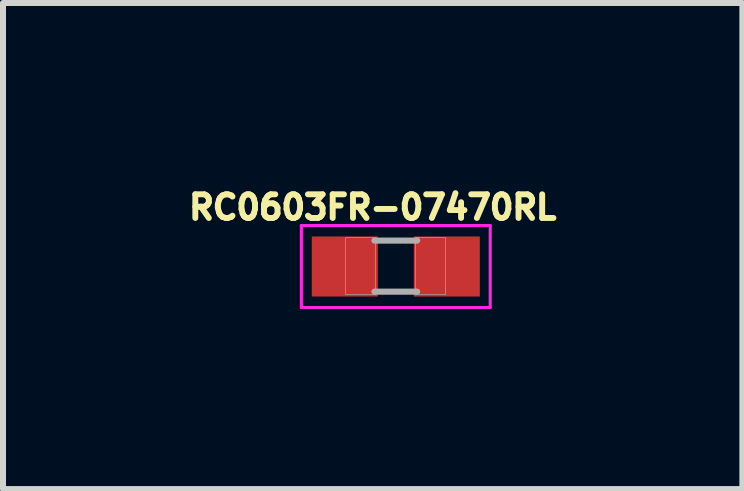
<source format=kicad_pcb>
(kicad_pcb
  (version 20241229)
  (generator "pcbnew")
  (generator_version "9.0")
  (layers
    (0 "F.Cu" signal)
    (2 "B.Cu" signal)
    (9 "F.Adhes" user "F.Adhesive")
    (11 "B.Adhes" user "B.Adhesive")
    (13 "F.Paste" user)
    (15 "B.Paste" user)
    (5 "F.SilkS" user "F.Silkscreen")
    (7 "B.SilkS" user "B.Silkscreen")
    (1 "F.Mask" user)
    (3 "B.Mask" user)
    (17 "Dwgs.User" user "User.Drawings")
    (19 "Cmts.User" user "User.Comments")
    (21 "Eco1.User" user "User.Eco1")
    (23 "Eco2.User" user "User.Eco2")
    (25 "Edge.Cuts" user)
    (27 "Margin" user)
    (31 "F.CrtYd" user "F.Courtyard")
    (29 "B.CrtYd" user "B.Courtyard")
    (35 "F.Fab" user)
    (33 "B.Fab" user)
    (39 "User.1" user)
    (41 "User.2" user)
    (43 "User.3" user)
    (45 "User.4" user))
  (footprint "RC0603FR-07470RL"
    (layer "F.Cu")
    (at 3.544 1.39)
    (property "Reference" "RC0603FR-07470RL" (at -0.385 -0.986 0) (layer "F.SilkS") (effects (font (size 0.394 0.394) (thickness 0.099))))
    (attr smd)
    (fp_line (start -1.573 -0.683) (end 1.573 -0.683) (stroke (width 0.051) (type solid)) (layer "F.CrtYd"))
    (fp_line (start -1.573 0.683) (end -1.573 -0.683) (stroke (width 0.051) (type solid)) (layer "F.CrtYd"))
    (fp_line (start 1.573 -0.683) (end 1.573 0.683) (stroke (width 0.051) (type solid)) (layer "F.CrtYd"))
    (fp_line (start 1.573 0.683) (end -1.573 0.683) (stroke (width 0.051) (type solid)) (layer "F.CrtYd"))
    (fp_line (start -0.356 -0.432) (end 0.356 -0.432) (stroke (width 0.102) (type solid)) (layer "F.Fab"))
    (fp_line (start -0.356 0.419) (end 0.356 0.419) (stroke (width 0.102) (type solid)) (layer "F.Fab"))
    (fp_poly (pts (xy -0.838 -0.48) (xy -0.338 -0.48) (xy -0.338 0.47) (xy -0.838 0.47)) (stroke (width 0.01) (type solid)) (fill no) (layer "F.Fab"))
    (fp_poly (pts (xy 0.33 -0.48) (xy 0.83 -0.48) (xy 0.83 0.47) (xy 0.33 0.47)) (stroke (width 0.01) (type solid)) (fill no) (layer "F.Fab"))
    (pad "1" smd rect (at -0.85 0) (size 1.1 1) (layers "F.Cu" "F.Mask" "F.Paste"))
    (pad "2" smd rect (at 0.85 0) (size 1.1 1) (layers "F.Cu" "F.Mask" "F.Paste")))
  (gr_rect
    (start -3 -3)
    (end 9.318 5.098)
    (stroke (width 0.1) (type default))
    (fill no)
    (layer "Edge.Cuts")))
</source>
